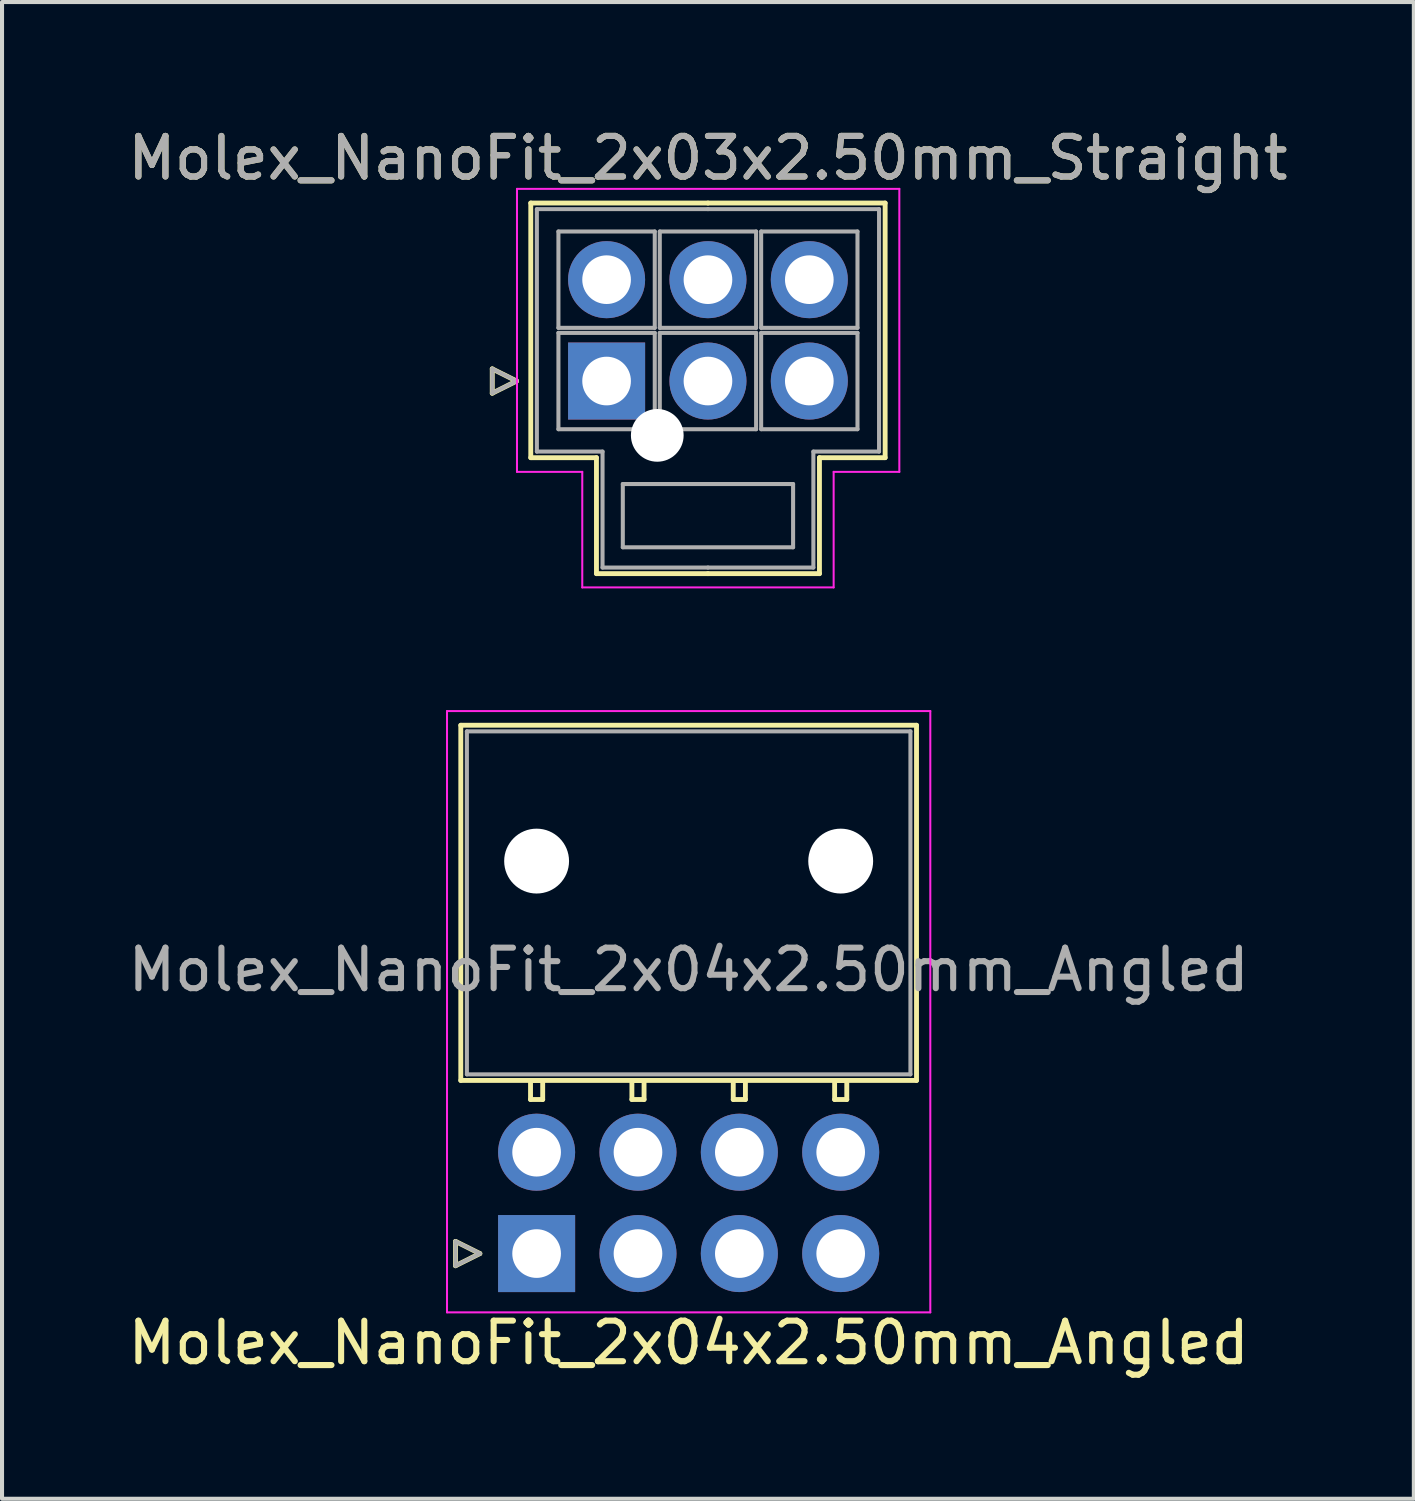
<source format=kicad_pcb>
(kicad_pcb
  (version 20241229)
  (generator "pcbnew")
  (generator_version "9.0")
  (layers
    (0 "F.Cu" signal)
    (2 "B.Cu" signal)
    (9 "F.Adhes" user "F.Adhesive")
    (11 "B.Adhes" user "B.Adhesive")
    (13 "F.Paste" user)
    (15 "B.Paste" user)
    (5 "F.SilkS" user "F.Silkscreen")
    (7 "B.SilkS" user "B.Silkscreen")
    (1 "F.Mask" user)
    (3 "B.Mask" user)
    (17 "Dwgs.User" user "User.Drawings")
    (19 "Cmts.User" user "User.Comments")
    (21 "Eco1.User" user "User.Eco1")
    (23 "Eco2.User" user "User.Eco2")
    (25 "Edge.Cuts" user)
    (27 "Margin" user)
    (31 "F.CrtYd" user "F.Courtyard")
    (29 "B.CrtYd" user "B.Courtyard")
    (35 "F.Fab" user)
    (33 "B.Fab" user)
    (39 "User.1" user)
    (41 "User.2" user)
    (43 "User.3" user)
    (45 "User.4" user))
  (footprint "Molex_NanoFit_2x04x2.50mm_Angled"
    (layer "F.Cu")
    (at 10.185 27.868)
    (property "Reference" "Molex_NanoFit_2x04x2.50mm_Angled" (at 3.75 2.2 0) (layer "F.SilkS") (effects (font (size 1 1) (thickness 0.15))))
    (attr through_hole)
    (fp_line (start -2 -0.3) (end -1.4 0) (stroke (width 0.12) (type solid)) (layer "F.SilkS"))
    (fp_line (start -2 0.3) (end -2 -0.3) (stroke (width 0.12) (type solid)) (layer "F.SilkS"))
    (fp_line (start -1.87 -13.03) (end -1.87 -4.27) (stroke (width 0.12) (type solid)) (layer "F.SilkS"))
    (fp_line (start -1.87 -4.27) (end 9.37 -4.27) (stroke (width 0.12) (type solid)) (layer "F.SilkS"))
    (fp_line (start -1.4 0) (end -2 0.3) (stroke (width 0.12) (type solid)) (layer "F.SilkS"))
    (fp_line (start -0.15 -4.27) (end -0.15 -3.8) (stroke (width 0.12) (type solid)) (layer "F.SilkS"))
    (fp_line (start -0.15 -3.8) (end 0.15 -3.8) (stroke (width 0.12) (type solid)) (layer "F.SilkS"))
    (fp_line (start 0.15 -4.27) (end -0.15 -4.27) (stroke (width 0.12) (type solid)) (layer "F.SilkS"))
    (fp_line (start 0.15 -3.8) (end 0.15 -4.27) (stroke (width 0.12) (type solid)) (layer "F.SilkS"))
    (fp_line (start 2.35 -4.27) (end 2.35 -3.8) (stroke (width 0.12) (type solid)) (layer "F.SilkS"))
    (fp_line (start 2.35 -3.8) (end 2.65 -3.8) (stroke (width 0.12) (type solid)) (layer "F.SilkS"))
    (fp_line (start 2.65 -4.27) (end 2.35 -4.27) (stroke (width 0.12) (type solid)) (layer "F.SilkS"))
    (fp_line (start 2.65 -3.8) (end 2.65 -4.27) (stroke (width 0.12) (type solid)) (layer "F.SilkS"))
    (fp_line (start 4.85 -4.27) (end 4.85 -3.8) (stroke (width 0.12) (type solid)) (layer "F.SilkS"))
    (fp_line (start 4.85 -3.8) (end 5.15 -3.8) (stroke (width 0.12) (type solid)) (layer "F.SilkS"))
    (fp_line (start 5.15 -4.27) (end 4.85 -4.27) (stroke (width 0.12) (type solid)) (layer "F.SilkS"))
    (fp_line (start 5.15 -3.8) (end 5.15 -4.27) (stroke (width 0.12) (type solid)) (layer "F.SilkS"))
    (fp_line (start 7.35 -4.27) (end 7.35 -3.8) (stroke (width 0.12) (type solid)) (layer "F.SilkS"))
    (fp_line (start 7.35 -3.8) (end 7.65 -3.8) (stroke (width 0.12) (type solid)) (layer "F.SilkS"))
    (fp_line (start 7.65 -4.27) (end 7.35 -4.27) (stroke (width 0.12) (type solid)) (layer "F.SilkS"))
    (fp_line (start 7.65 -3.8) (end 7.65 -4.27) (stroke (width 0.12) (type solid)) (layer "F.SilkS"))
    (fp_line (start 9.37 -13.03) (end -1.87 -13.03) (stroke (width 0.12) (type solid)) (layer "F.SilkS"))
    (fp_line (start 9.37 -4.27) (end 9.37 -13.03) (stroke (width 0.12) (type solid)) (layer "F.SilkS"))
    (fp_line (start -2.21 -13.38) (end -2.21 1.45) (stroke (width 0.05) (type solid)) (layer "F.CrtYd"))
    (fp_line (start -2.21 1.45) (end 9.71 1.45) (stroke (width 0.05) (type solid)) (layer "F.CrtYd"))
    (fp_line (start 9.71 -13.38) (end -2.21 -13.38) (stroke (width 0.05) (type solid)) (layer "F.CrtYd"))
    (fp_line (start 9.71 1.45) (end 9.71 -13.38) (stroke (width 0.05) (type solid)) (layer "F.CrtYd"))
    (fp_line (start -2 -0.3) (end -1.4 0) (stroke (width 0.1) (type solid)) (layer "F.Fab"))
    (fp_line (start -2 0.3) (end -2 -0.3) (stroke (width 0.1) (type solid)) (layer "F.Fab"))
    (fp_line (start -1.72 -12.88) (end -1.72 -4.42) (stroke (width 0.1) (type solid)) (layer "F.Fab"))
    (fp_line (start -1.72 -4.42) (end 9.22 -4.42) (stroke (width 0.1) (type solid)) (layer "F.Fab"))
    (fp_line (start -1.4 0) (end -2 0.3) (stroke (width 0.1) (type solid)) (layer "F.Fab"))
    (fp_line (start 9.22 -12.88) (end -1.72 -12.88) (stroke (width 0.1) (type solid)) (layer "F.Fab"))
    (fp_line (start 9.22 -4.42) (end 9.22 -12.88) (stroke (width 0.1) (type solid)) (layer "F.Fab"))
    (fp_text user "${REFERENCE}" (at 3.75 -7 0) (layer "F.Fab") (effects (font (size 1 1) (thickness 0.15))))
    (pad "" np_thru_hole circle (at 0 -9.68) (size 1.6 1.6) (drill 1.6) (layers "*.Cu" "*.Mask"))
    (pad "" np_thru_hole circle (at 7.5 -9.68) (size 1.6 1.6) (drill 1.6) (layers "*.Cu" "*.Mask"))
    (pad "1" thru_hole rect (at 0 0) (size 1.9 1.9) (drill 1.2) (layers "*.Cu" "*.Mask"))
    (pad "2" thru_hole circle (at 2.5 0) (size 1.9 1.9) (drill 1.2) (layers "*.Cu" "*.Mask"))
    (pad "3" thru_hole circle (at 5 0) (size 1.9 1.9) (drill 1.2) (layers "*.Cu" "*.Mask"))
    (pad "4" thru_hole circle (at 7.5 0) (size 1.9 1.9) (drill 1.2) (layers "*.Cu" "*.Mask"))
    (pad "5" thru_hole circle (at 0 -2.5) (size 1.9 1.9) (drill 1.2) (layers "*.Cu" "*.Mask"))
    (pad "6" thru_hole circle (at 2.5 -2.5) (size 1.9 1.9) (drill 1.2) (layers "*.Cu" "*.Mask"))
    (pad "7" thru_hole circle (at 5 -2.5) (size 1.9 1.9) (drill 1.2) (layers "*.Cu" "*.Mask"))
    (pad "8" thru_hole circle (at 7.5 -2.5) (size 1.9 1.9) (drill 1.2) (layers "*.Cu" "*.Mask")))
  (footprint "Molex_NanoFit_2x03x2.50mm_Straight"
    (layer "F.Cu")
    (at 11.911 6.348)
    (property "Reference" "Molex_NanoFit_2x03x2.50mm_Straight" (at 2.5 -5.5 0) (layer "F.SilkS") (effects (font (size 1 1) (thickness 0.15))))
    (attr through_hole)
    (fp_line (start -2.82 -0.3) (end -2.22 0) (stroke (width 0.12) (type solid)) (layer "F.SilkS"))
    (fp_line (start -2.82 0.3) (end -2.82 -0.3) (stroke (width 0.12) (type solid)) (layer "F.SilkS"))
    (fp_line (start -2.22 0) (end -2.82 0.3) (stroke (width 0.12) (type solid)) (layer "F.SilkS"))
    (fp_line (start -1.87 -4.39) (end -1.87 1.89) (stroke (width 0.12) (type solid)) (layer "F.SilkS"))
    (fp_line (start -1.87 1.89) (end -0.25 1.89) (stroke (width 0.12) (type solid)) (layer "F.SilkS"))
    (fp_line (start -0.25 1.89) (end -0.25 4.75) (stroke (width 0.12) (type solid)) (layer "F.SilkS"))
    (fp_line (start -0.25 4.75) (end 2.5 4.75) (stroke (width 0.12) (type solid)) (layer "F.SilkS"))
    (fp_line (start 2.5 -4.39) (end -1.87 -4.39) (stroke (width 0.12) (type solid)) (layer "F.SilkS"))
    (fp_line (start 2.5 -4.39) (end 6.87 -4.39) (stroke (width 0.12) (type solid)) (layer "F.SilkS"))
    (fp_line (start 5.25 1.89) (end 5.25 4.75) (stroke (width 0.12) (type solid)) (layer "F.SilkS"))
    (fp_line (start 5.25 4.75) (end 2.5 4.75) (stroke (width 0.12) (type solid)) (layer "F.SilkS"))
    (fp_line (start 6.87 -4.39) (end 6.87 1.89) (stroke (width 0.12) (type solid)) (layer "F.SilkS"))
    (fp_line (start 6.87 1.89) (end 5.25 1.89) (stroke (width 0.12) (type solid)) (layer "F.SilkS"))
    (fp_line (start -2.21 -4.74) (end -2.21 2.24) (stroke (width 0.05) (type solid)) (layer "F.CrtYd"))
    (fp_line (start -2.21 2.24) (end -0.6 2.24) (stroke (width 0.05) (type solid)) (layer "F.CrtYd"))
    (fp_line (start -0.6 2.24) (end -0.6 5.09) (stroke (width 0.05) (type solid)) (layer "F.CrtYd"))
    (fp_line (start -0.6 5.09) (end 5.6 5.09) (stroke (width 0.05) (type solid)) (layer "F.CrtYd"))
    (fp_line (start 5.6 2.24) (end 7.22 2.24) (stroke (width 0.05) (type solid)) (layer "F.CrtYd"))
    (fp_line (start 5.6 5.09) (end 5.6 2.24) (stroke (width 0.05) (type solid)) (layer "F.CrtYd"))
    (fp_line (start 7.22 -4.74) (end -2.21 -4.74) (stroke (width 0.05) (type solid)) (layer "F.CrtYd"))
    (fp_line (start 7.22 2.24) (end 7.22 -4.74) (stroke (width 0.05) (type solid)) (layer "F.CrtYd"))
    (fp_line (start -2.82 -0.3) (end -2.22 0) (stroke (width 0.1) (type solid)) (layer "F.Fab"))
    (fp_line (start -2.82 0.3) (end -2.82 -0.3) (stroke (width 0.1) (type solid)) (layer "F.Fab"))
    (fp_line (start -2.22 0) (end -2.82 0.3) (stroke (width 0.1) (type solid)) (layer "F.Fab"))
    (fp_line (start -1.72 -4.24) (end -1.72 1.74) (stroke (width 0.1) (type solid)) (layer "F.Fab"))
    (fp_line (start -1.72 1.74) (end -0.1 1.74) (stroke (width 0.1) (type solid)) (layer "F.Fab"))
    (fp_line (start -1.188 -3.688) (end -1.188 -1.312) (stroke (width 0.1) (type solid)) (layer "F.Fab"))
    (fp_line (start -1.188 -1.312) (end 1.188 -1.312) (stroke (width 0.1) (type solid)) (layer "F.Fab"))
    (fp_line (start -1.188 -1.188) (end -1.188 1.188) (stroke (width 0.1) (type solid)) (layer "F.Fab"))
    (fp_line (start -1.188 1.188) (end 1.188 1.188) (stroke (width 0.1) (type solid)) (layer "F.Fab"))
    (fp_line (start -0.1 1.74) (end -0.1 4.6) (stroke (width 0.1) (type solid)) (layer "F.Fab"))
    (fp_line (start -0.1 4.6) (end 2.5 4.6) (stroke (width 0.1) (type solid)) (layer "F.Fab"))
    (fp_line (start 0.4 2.54) (end 0.4 4.1) (stroke (width 0.1) (type solid)) (layer "F.Fab"))
    (fp_line (start 0.4 4.1) (end 4.6 4.1) (stroke (width 0.1) (type solid)) (layer "F.Fab"))
    (fp_line (start 1.188 -3.688) (end -1.188 -3.688) (stroke (width 0.1) (type solid)) (layer "F.Fab"))
    (fp_line (start 1.188 -1.312) (end 1.188 -3.688) (stroke (width 0.1) (type solid)) (layer "F.Fab"))
    (fp_line (start 1.188 -1.188) (end -1.188 -1.188) (stroke (width 0.1) (type solid)) (layer "F.Fab"))
    (fp_line (start 1.188 1.188) (end 1.188 -1.188) (stroke (width 0.1) (type solid)) (layer "F.Fab"))
    (fp_line (start 1.312 -3.688) (end 1.312 -1.312) (stroke (width 0.1) (type solid)) (layer "F.Fab"))
    (fp_line (start 1.312 -1.312) (end 3.688 -1.312) (stroke (width 0.1) (type solid)) (layer "F.Fab"))
    (fp_line (start 1.312 -1.188) (end 1.312 1.188) (stroke (width 0.1) (type solid)) (layer "F.Fab"))
    (fp_line (start 1.312 1.188) (end 3.688 1.188) (stroke (width 0.1) (type solid)) (layer "F.Fab"))
    (fp_line (start 2.5 -4.24) (end -1.72 -4.24) (stroke (width 0.1) (type solid)) (layer "F.Fab"))
    (fp_line (start 2.5 -4.24) (end 6.72 -4.24) (stroke (width 0.1) (type solid)) (layer "F.Fab"))
    (fp_line (start 3.688 -3.688) (end 1.312 -3.688) (stroke (width 0.1) (type solid)) (layer "F.Fab"))
    (fp_line (start 3.688 -1.312) (end 3.688 -3.688) (stroke (width 0.1) (type solid)) (layer "F.Fab"))
    (fp_line (start 3.688 -1.188) (end 1.312 -1.188) (stroke (width 0.1) (type solid)) (layer "F.Fab"))
    (fp_line (start 3.688 1.188) (end 3.688 -1.188) (stroke (width 0.1) (type solid)) (layer "F.Fab"))
    (fp_line (start 3.812 -3.688) (end 3.812 -1.312) (stroke (width 0.1) (type solid)) (layer "F.Fab"))
    (fp_line (start 3.812 -1.312) (end 6.188 -1.312) (stroke (width 0.1) (type solid)) (layer "F.Fab"))
    (fp_line (start 3.812 -1.188) (end 3.812 1.188) (stroke (width 0.1) (type solid)) (layer "F.Fab"))
    (fp_line (start 3.812 1.188) (end 6.188 1.188) (stroke (width 0.1) (type solid)) (layer "F.Fab"))
    (fp_line (start 4.6 2.54) (end 0.4 2.54) (stroke (width 0.1) (type solid)) (layer "F.Fab"))
    (fp_line (start 4.6 4.1) (end 4.6 2.54) (stroke (width 0.1) (type solid)) (layer "F.Fab"))
    (fp_line (start 5.1 1.74) (end 5.1 4.6) (stroke (width 0.1) (type solid)) (layer "F.Fab"))
    (fp_line (start 5.1 4.6) (end 2.5 4.6) (stroke (width 0.1) (type solid)) (layer "F.Fab"))
    (fp_line (start 6.188 -3.688) (end 3.812 -3.688) (stroke (width 0.1) (type solid)) (layer "F.Fab"))
    (fp_line (start 6.188 -1.312) (end 6.188 -3.688) (stroke (width 0.1) (type solid)) (layer "F.Fab"))
    (fp_line (start 6.188 -1.188) (end 3.812 -1.188) (stroke (width 0.1) (type solid)) (layer "F.Fab"))
    (fp_line (start 6.188 1.188) (end 6.188 -1.188) (stroke (width 0.1) (type solid)) (layer "F.Fab"))
    (fp_line (start 6.72 -4.24) (end 6.72 1.74) (stroke (width 0.1) (type solid)) (layer "F.Fab"))
    (fp_line (start 6.72 1.74) (end 5.1 1.74) (stroke (width 0.1) (type solid)) (layer "F.Fab"))
    (fp_text user "${REFERENCE}" (at 2.5 -5.5 0) (layer "F.Fab") (effects (font (size 1 1) (thickness 0.15))))
    (pad "" np_thru_hole circle (at 1.25 1.34) (size 1.3 1.3) (drill 1.3) (layers "*.Cu" "*.Mask"))
    (pad "1" thru_hole rect (at 0 0) (size 1.9 1.9) (drill 1.2) (layers "*.Cu" "*.Mask"))
    (pad "2" thru_hole circle (at 2.5 0) (size 1.9 1.9) (drill 1.2) (layers "*.Cu" "*.Mask"))
    (pad "3" thru_hole circle (at 5 0) (size 1.9 1.9) (drill 1.2) (layers "*.Cu" "*.Mask"))
    (pad "4" thru_hole circle (at 0 -2.5) (size 1.9 1.9) (drill 1.2) (layers "*.Cu" "*.Mask"))
    (pad "5" thru_hole circle (at 2.5 -2.5) (size 1.9 1.9) (drill 1.2) (layers "*.Cu" "*.Mask"))
    (pad "6" thru_hole circle (at 5 -2.5) (size 1.9 1.9) (drill 1.2) (layers "*.Cu" "*.Mask")))
  (gr_rect
    (start -3 -3)
    (end 31.821 33.916)
    (stroke (width 0.1) (type default))
    (fill no)
    (layer "Edge.Cuts")))
</source>
